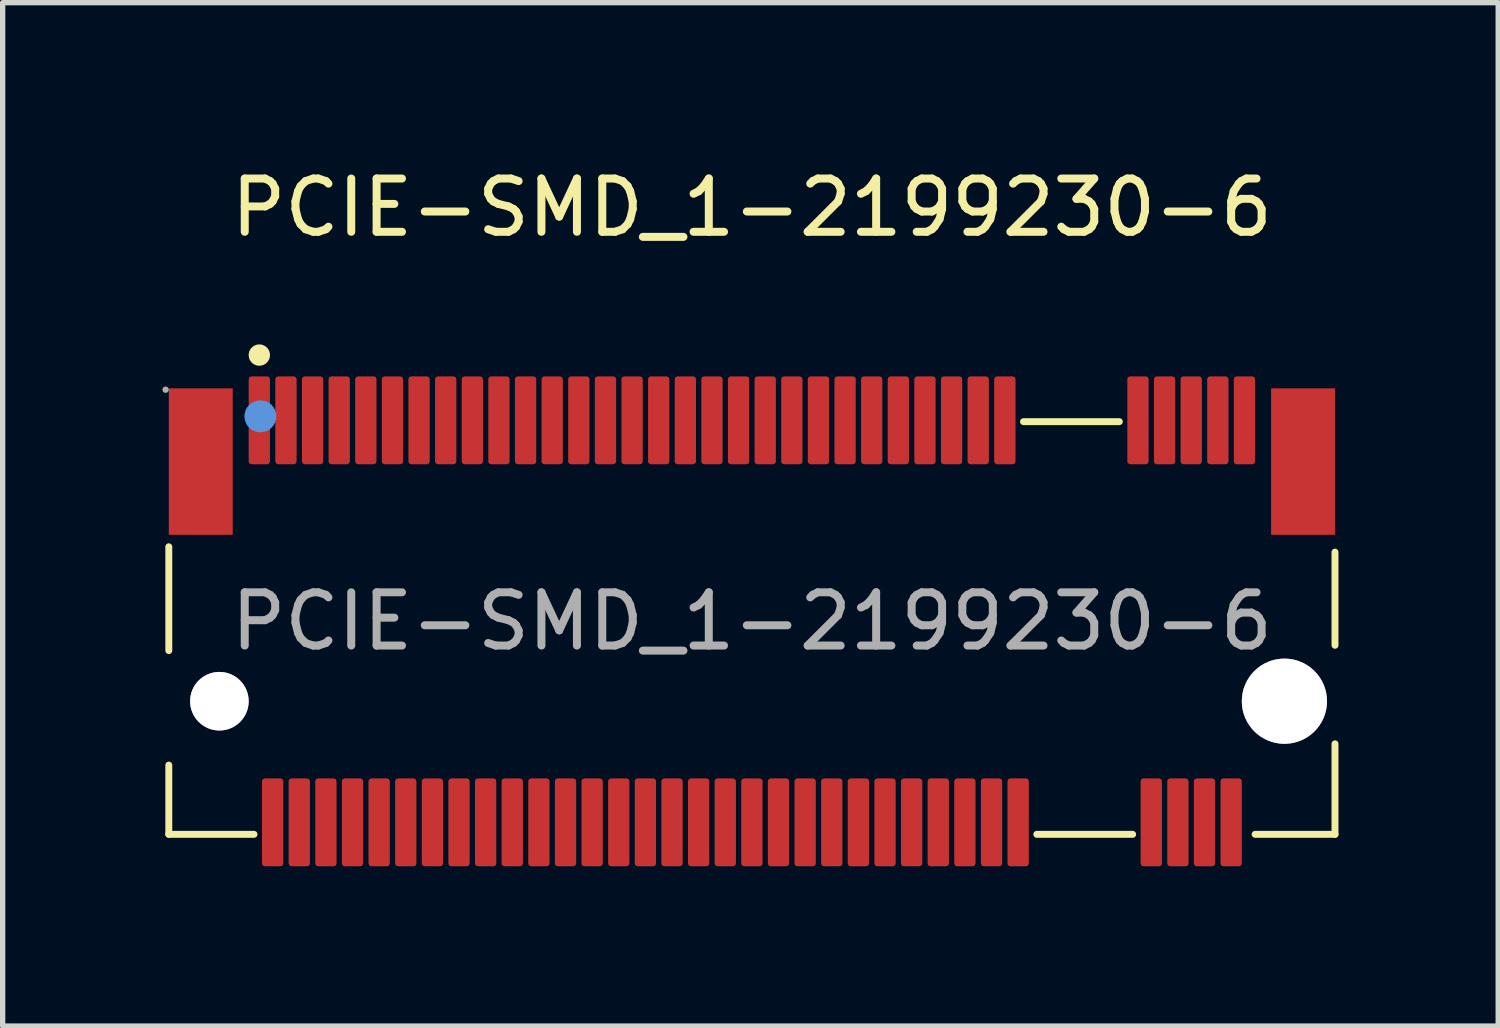
<source format=kicad_pcb>
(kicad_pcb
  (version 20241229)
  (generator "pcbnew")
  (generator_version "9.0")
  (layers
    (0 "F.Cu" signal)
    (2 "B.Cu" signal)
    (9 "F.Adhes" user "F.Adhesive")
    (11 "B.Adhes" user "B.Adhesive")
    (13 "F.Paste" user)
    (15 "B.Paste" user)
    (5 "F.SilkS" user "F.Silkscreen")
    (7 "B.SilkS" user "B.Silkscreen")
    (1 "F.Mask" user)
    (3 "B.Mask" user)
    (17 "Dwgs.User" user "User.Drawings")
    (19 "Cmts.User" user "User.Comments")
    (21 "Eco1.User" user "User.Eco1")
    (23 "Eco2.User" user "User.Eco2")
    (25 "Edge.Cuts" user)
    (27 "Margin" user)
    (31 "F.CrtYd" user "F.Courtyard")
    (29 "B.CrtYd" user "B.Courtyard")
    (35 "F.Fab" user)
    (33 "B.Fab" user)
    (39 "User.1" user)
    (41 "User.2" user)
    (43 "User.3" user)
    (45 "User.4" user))
  (footprint "PCIE-SMD_1-2199230-6"
    (layer "F.Cu")
    (at 11.07 8.618)
    (property "Reference" "PCIE-SMD_1-2199230-6" (at 0 -7.77 0) (layer "F.SilkS") (effects (font (size 1 1) (thickness 0.15))))
    (attr through_hole)
    (fp_line (start -10.95 -1.4) (end -10.95 0.55) (stroke (width 0.13) (type solid)) (layer "F.SilkS"))
    (fp_line (start -10.95 2.7) (end -10.95 4) (stroke (width 0.13) (type solid)) (layer "F.SilkS"))
    (fp_line (start -10.95 4) (end -9.35 4) (stroke (width 0.13) (type solid)) (layer "F.SilkS"))
    (fp_line (start 5.1 -3.75) (end 6.9 -3.75) (stroke (width 0.13) (type solid)) (layer "F.SilkS"))
    (fp_line (start 5.35 4) (end 7.15 4) (stroke (width 0.13) (type solid)) (layer "F.SilkS"))
    (fp_line (start 9.45 4) (end 10.95 4) (stroke (width 0.13) (type solid)) (layer "F.SilkS"))
    (fp_line (start 10.95 0.45) (end 10.95 -1.3) (stroke (width 0.13) (type solid)) (layer "F.SilkS"))
    (fp_line (start 10.95 4) (end 10.95 2.3) (stroke (width 0.13) (type solid)) (layer "F.SilkS"))
    (fp_arc (start -9.149501 -4.999966) (mid -9.350375 -4.995011) (end -9.15 -5.01) (stroke (width 0.2) (type solid)) (layer "F.SilkS"))
    (fp_circle (center -10 1.5) (end -9.8 1.5) (stroke (width 0.4) (type solid)) (fill no) (layer "Cmts.User"))
    (fp_circle (center -9.23 -3.85) (end -9.08 -3.85) (stroke (width 0.3) (type solid)) (fill no) (layer "Cmts.User"))
    (fp_circle (center 10 1.5) (end 10.36 1.5) (stroke (width 0.72) (type solid)) (fill no) (layer "Cmts.User"))
    (fp_circle (center -11.01 -4.35) (end -10.98 -4.35) (stroke (width 0.06) (type solid)) (fill no) (layer "F.Fab"))
    (fp_text user "${REFERENCE}" (at 0 0 0) (layer "F.Fab") (effects (font (size 1 1) (thickness 0.15))))
    (pad "" thru_hole circle (at -10 1.5) (size 1.1 1.1) (drill 1.1) (layers "*.Cu" "*.Mask"))
    (pad "" thru_hole circle (at 10 1.5) (size 1.6 1.6) (drill 1.6) (layers "*.Cu" "*.Mask"))
    (pad "1" smd custom (at -9.25 -3.77) (size 0.01 0.01) (layers "F.Cu" "F.Mask" "F.Paste") (options (anchor circle)) (primitives (gr_poly (pts (xy -0.15 -0.78) (xy 0.15 -0.78) (xy 0.15 0.77) (xy -0.15 0.77)) (width 0.1) (fill yes))))
    (pad "2" smd custom (at -9 3.77) (size 0.01 0.01) (layers "F.Cu" "F.Mask" "F.Paste") (options (anchor circle)) (primitives (gr_poly (pts (xy -0.15 -0.77) (xy 0.15 -0.77) (xy 0.15 0.78) (xy -0.15 0.78)) (width 0.1) (fill yes))))
    (pad "3" smd custom (at -8.75 -3.77) (size 0.01 0.01) (layers "F.Cu" "F.Mask" "F.Paste") (options (anchor circle)) (primitives (gr_poly (pts (xy -0.15 -0.78) (xy 0.15 -0.78) (xy 0.15 0.77) (xy -0.15 0.77)) (width 0.1) (fill yes))))
    (pad "4" smd custom (at -8.5 3.77) (size 0.01 0.01) (layers "F.Cu" "F.Mask" "F.Paste") (options (anchor circle)) (primitives (gr_poly (pts (xy -0.15 -0.77) (xy 0.15 -0.77) (xy 0.15 0.78) (xy -0.15 0.78)) (width 0.1) (fill yes))))
    (pad "5" smd custom (at -8.25 -3.77) (size 0.01 0.01) (layers "F.Cu" "F.Mask" "F.Paste") (options (anchor circle)) (primitives (gr_poly (pts (xy -0.15 -0.78) (xy 0.15 -0.78) (xy 0.15 0.77) (xy -0.15 0.77)) (width 0.1) (fill yes))))
    (pad "6" smd custom (at -8 3.77) (size 0.01 0.01) (layers "F.Cu" "F.Mask" "F.Paste") (options (anchor circle)) (primitives (gr_poly (pts (xy -0.15 -0.77) (xy 0.15 -0.77) (xy 0.15 0.78) (xy -0.15 0.78)) (width 0.1) (fill yes))))
    (pad "7" smd custom (at -7.75 -3.77) (size 0.01 0.01) (layers "F.Cu" "F.Mask" "F.Paste") (options (anchor circle)) (primitives (gr_poly (pts (xy -0.15 -0.78) (xy 0.15 -0.78) (xy 0.15 0.77) (xy -0.15 0.77)) (width 0.1) (fill yes))))
    (pad "8" smd custom (at -7.5 3.77) (size 0.01 0.01) (layers "F.Cu" "F.Mask" "F.Paste") (options (anchor circle)) (primitives (gr_poly (pts (xy -0.15 -0.77) (xy 0.15 -0.77) (xy 0.15 0.78) (xy -0.15 0.78)) (width 0.1) (fill yes))))
    (pad "9" smd custom (at -7.25 -3.77) (size 0.01 0.01) (layers "F.Cu" "F.Mask" "F.Paste") (options (anchor circle)) (primitives (gr_poly (pts (xy -0.15 -0.78) (xy 0.15 -0.78) (xy 0.15 0.77) (xy -0.15 0.77)) (width 0.1) (fill yes))))
    (pad "10" smd custom (at -7 3.77) (size 0.01 0.01) (layers "F.Cu" "F.Mask" "F.Paste") (options (anchor circle)) (primitives (gr_poly (pts (xy -0.15 -0.77) (xy 0.15 -0.77) (xy 0.15 0.78) (xy -0.15 0.78)) (width 0.1) (fill yes))))
    (pad "11" smd custom (at -6.75 -3.77) (size 0.01 0.01) (layers "F.Cu" "F.Mask" "F.Paste") (options (anchor circle)) (primitives (gr_poly (pts (xy -0.15 -0.78) (xy 0.15 -0.78) (xy 0.15 0.77) (xy -0.15 0.77)) (width 0.1) (fill yes))))
    (pad "12" smd custom (at -6.5 3.77) (size 0.01 0.01) (layers "F.Cu" "F.Mask" "F.Paste") (options (anchor circle)) (primitives (gr_poly (pts (xy -0.15 -0.77) (xy 0.15 -0.77) (xy 0.15 0.78) (xy -0.15 0.78)) (width 0.1) (fill yes))))
    (pad "13" smd custom (at -6.25 -3.77) (size 0.01 0.01) (layers "F.Cu" "F.Mask" "F.Paste") (options (anchor circle)) (primitives (gr_poly (pts (xy -0.15 -0.78) (xy 0.15 -0.78) (xy 0.15 0.77) (xy -0.15 0.77)) (width 0.1) (fill yes))))
    (pad "14" smd custom (at -6 3.77) (size 0.01 0.01) (layers "F.Cu" "F.Mask" "F.Paste") (options (anchor circle)) (primitives (gr_poly (pts (xy -0.15 -0.77) (xy 0.15 -0.77) (xy 0.15 0.78) (xy -0.15 0.78)) (width 0.1) (fill yes))))
    (pad "15" smd custom (at -5.75 -3.77) (size 0.01 0.01) (layers "F.Cu" "F.Mask" "F.Paste") (options (anchor circle)) (primitives (gr_poly (pts (xy -0.15 -0.78) (xy 0.15 -0.78) (xy 0.15 0.77) (xy -0.15 0.77)) (width 0.1) (fill yes))))
    (pad "16" smd custom (at -5.5 3.77) (size 0.01 0.01) (layers "F.Cu" "F.Mask" "F.Paste") (options (anchor circle)) (primitives (gr_poly (pts (xy -0.15 -0.77) (xy 0.15 -0.77) (xy 0.15 0.78) (xy -0.15 0.78)) (width 0.1) (fill yes))))
    (pad "17" smd custom (at -5.25 -3.77) (size 0.01 0.01) (layers "F.Cu" "F.Mask" "F.Paste") (options (anchor circle)) (primitives (gr_poly (pts (xy -0.15 -0.78) (xy 0.15 -0.78) (xy 0.15 0.77) (xy -0.15 0.77)) (width 0.1) (fill yes))))
    (pad "18" smd custom (at -5 3.77) (size 0.01 0.01) (layers "F.Cu" "F.Mask" "F.Paste") (options (anchor circle)) (primitives (gr_poly (pts (xy -0.15 -0.77) (xy 0.15 -0.77) (xy 0.15 0.78) (xy -0.15 0.78)) (width 0.1) (fill yes))))
    (pad "19" smd custom (at -4.75 -3.77) (size 0.01 0.01) (layers "F.Cu" "F.Mask" "F.Paste") (options (anchor circle)) (primitives (gr_poly (pts (xy -0.15 -0.78) (xy 0.15 -0.78) (xy 0.15 0.77) (xy -0.15 0.77)) (width 0.1) (fill yes))))
    (pad "20" smd custom (at -4.5 3.77) (size 0.01 0.01) (layers "F.Cu" "F.Mask" "F.Paste") (options (anchor circle)) (primitives (gr_poly (pts (xy -0.15 -0.77) (xy 0.15 -0.77) (xy 0.15 0.78) (xy -0.15 0.78)) (width 0.1) (fill yes))))
    (pad "21" smd custom (at -4.25 -3.77) (size 0.01 0.01) (layers "F.Cu" "F.Mask" "F.Paste") (options (anchor circle)) (primitives (gr_poly (pts (xy -0.15 -0.78) (xy 0.15 -0.78) (xy 0.15 0.77) (xy -0.15 0.77)) (width 0.1) (fill yes))))
    (pad "22" smd custom (at -4 3.77) (size 0.01 0.01) (layers "F.Cu" "F.Mask" "F.Paste") (options (anchor circle)) (primitives (gr_poly (pts (xy -0.15 -0.77) (xy 0.15 -0.77) (xy 0.15 0.78) (xy -0.15 0.78)) (width 0.1) (fill yes))))
    (pad "23" smd custom (at -3.75 -3.77) (size 0.01 0.01) (layers "F.Cu" "F.Mask" "F.Paste") (options (anchor circle)) (primitives (gr_poly (pts (xy -0.15 -0.78) (xy 0.15 -0.78) (xy 0.15 0.77) (xy -0.15 0.77)) (width 0.1) (fill yes))))
    (pad "24" smd custom (at -3.5 3.77) (size 0.01 0.01) (layers "F.Cu" "F.Mask" "F.Paste") (options (anchor circle)) (primitives (gr_poly (pts (xy -0.15 -0.77) (xy 0.15 -0.77) (xy 0.15 0.78) (xy -0.15 0.78)) (width 0.1) (fill yes))))
    (pad "25" smd custom (at -3.25 -3.77) (size 0.01 0.01) (layers "F.Cu" "F.Mask" "F.Paste") (options (anchor circle)) (primitives (gr_poly (pts (xy -0.15 -0.78) (xy 0.15 -0.78) (xy 0.15 0.77) (xy -0.15 0.77)) (width 0.1) (fill yes))))
    (pad "26" smd custom (at -3 3.77) (size 0.01 0.01) (layers "F.Cu" "F.Mask" "F.Paste") (options (anchor circle)) (primitives (gr_poly (pts (xy -0.15 -0.77) (xy 0.15 -0.77) (xy 0.15 0.78) (xy -0.15 0.78)) (width 0.1) (fill yes))))
    (pad "27" smd custom (at -2.75 -3.77) (size 0.01 0.01) (layers "F.Cu" "F.Mask" "F.Paste") (options (anchor circle)) (primitives (gr_poly (pts (xy -0.15 -0.78) (xy 0.15 -0.78) (xy 0.15 0.77) (xy -0.15 0.77)) (width 0.1) (fill yes))))
    (pad "28" smd custom (at -2.5 3.77) (size 0.01 0.01) (layers "F.Cu" "F.Mask" "F.Paste") (options (anchor circle)) (primitives (gr_poly (pts (xy -0.15 -0.77) (xy 0.15 -0.77) (xy 0.15 0.78) (xy -0.15 0.78)) (width 0.1) (fill yes))))
    (pad "29" smd custom (at -2.25 -3.77) (size 0.01 0.01) (layers "F.Cu" "F.Mask" "F.Paste") (options (anchor circle)) (primitives (gr_poly (pts (xy -0.15 -0.78) (xy 0.15 -0.78) (xy 0.15 0.77) (xy -0.15 0.77)) (width 0.1) (fill yes))))
    (pad "30" smd custom (at -2 3.77) (size 0.01 0.01) (layers "F.Cu" "F.Mask" "F.Paste") (options (anchor circle)) (primitives (gr_poly (pts (xy -0.15 -0.77) (xy 0.15 -0.77) (xy 0.15 0.78) (xy -0.15 0.78)) (width 0.1) (fill yes))))
    (pad "31" smd custom (at -1.75 -3.77) (size 0.01 0.01) (layers "F.Cu" "F.Mask" "F.Paste") (options (anchor circle)) (primitives (gr_poly (pts (xy -0.15 -0.78) (xy 0.15 -0.78) (xy 0.15 0.77) (xy -0.15 0.77)) (width 0.1) (fill yes))))
    (pad "32" smd custom (at -1.5 3.77) (size 0.01 0.01) (layers "F.Cu" "F.Mask" "F.Paste") (options (anchor circle)) (primitives (gr_poly (pts (xy -0.15 -0.77) (xy 0.15 -0.77) (xy 0.15 0.78) (xy -0.15 0.78)) (width 0.1) (fill yes))))
    (pad "33" smd custom (at -1.25 -3.77) (size 0.01 0.01) (layers "F.Cu" "F.Mask" "F.Paste") (options (anchor circle)) (primitives (gr_poly (pts (xy -0.15 -0.78) (xy 0.15 -0.78) (xy 0.15 0.77) (xy -0.15 0.77)) (width 0.1) (fill yes))))
    (pad "34" smd custom (at -1 3.77) (size 0.01 0.01) (layers "F.Cu" "F.Mask" "F.Paste") (options (anchor circle)) (primitives (gr_poly (pts (xy -0.15 -0.77) (xy 0.15 -0.77) (xy 0.15 0.78) (xy -0.15 0.78)) (width 0.1) (fill yes))))
    (pad "35" smd custom (at -0.75 -3.77) (size 0.01 0.01) (layers "F.Cu" "F.Mask" "F.Paste") (options (anchor circle)) (primitives (gr_poly (pts (xy -0.15 -0.78) (xy 0.15 -0.78) (xy 0.15 0.77) (xy -0.15 0.77)) (width 0.1) (fill yes))))
    (pad "36" smd custom (at -0.5 3.77) (size 0.01 0.01) (layers "F.Cu" "F.Mask" "F.Paste") (options (anchor circle)) (primitives (gr_poly (pts (xy -0.15 -0.77) (xy 0.15 -0.77) (xy 0.15 0.78) (xy -0.15 0.78)) (width 0.1) (fill yes))))
    (pad "37" smd custom (at -0.25 -3.77) (size 0.01 0.01) (layers "F.Cu" "F.Mask" "F.Paste") (options (anchor circle)) (primitives (gr_poly (pts (xy -0.15 -0.78) (xy 0.15 -0.78) (xy 0.15 0.77) (xy -0.15 0.77)) (width 0.1) (fill yes))))
    (pad "38" smd custom (at 0 3.77) (size 0.01 0.01) (layers "F.Cu" "F.Mask" "F.Paste") (options (anchor circle)) (primitives (gr_poly (pts (xy -0.15 -0.77) (xy 0.15 -0.77) (xy 0.15 0.78) (xy -0.15 0.78)) (width 0.1) (fill yes))))
    (pad "39" smd custom (at 0.25 -3.77) (size 0.01 0.01) (layers "F.Cu" "F.Mask" "F.Paste") (options (anchor circle)) (primitives (gr_poly (pts (xy -0.15 -0.78) (xy 0.15 -0.78) (xy 0.15 0.77) (xy -0.15 0.77)) (width 0.1) (fill yes))))
    (pad "40" smd custom (at 0.5 3.77) (size 0.01 0.01) (layers "F.Cu" "F.Mask" "F.Paste") (options (anchor circle)) (primitives (gr_poly (pts (xy -0.15 -0.77) (xy 0.15 -0.77) (xy 0.15 0.78) (xy -0.15 0.78)) (width 0.1) (fill yes))))
    (pad "41" smd custom (at 0.75 -3.77) (size 0.01 0.01) (layers "F.Cu" "F.Mask" "F.Paste") (options (anchor circle)) (primitives (gr_poly (pts (xy -0.15 -0.78) (xy 0.15 -0.78) (xy 0.15 0.77) (xy -0.15 0.77)) (width 0.1) (fill yes))))
    (pad "42" smd custom (at 1 3.77) (size 0.01 0.01) (layers "F.Cu" "F.Mask" "F.Paste") (options (anchor circle)) (primitives (gr_poly (pts (xy -0.15 -0.77) (xy 0.15 -0.77) (xy 0.15 0.78) (xy -0.15 0.78)) (width 0.1) (fill yes))))
    (pad "43" smd custom (at 1.25 -3.77) (size 0.01 0.01) (layers "F.Cu" "F.Mask" "F.Paste") (options (anchor circle)) (primitives (gr_poly (pts (xy -0.15 -0.78) (xy 0.15 -0.78) (xy 0.15 0.77) (xy -0.15 0.77)) (width 0.1) (fill yes))))
    (pad "44" smd custom (at 1.5 3.77) (size 0.01 0.01) (layers "F.Cu" "F.Mask" "F.Paste") (options (anchor circle)) (primitives (gr_poly (pts (xy -0.15 -0.77) (xy 0.15 -0.77) (xy 0.15 0.78) (xy -0.15 0.78)) (width 0.1) (fill yes))))
    (pad "45" smd custom (at 1.75 -3.77) (size 0.01 0.01) (layers "F.Cu" "F.Mask" "F.Paste") (options (anchor circle)) (primitives (gr_poly (pts (xy -0.15 -0.78) (xy 0.15 -0.78) (xy 0.15 0.77) (xy -0.15 0.77)) (width 0.1) (fill yes))))
    (pad "46" smd custom (at 2 3.77) (size 0.01 0.01) (layers "F.Cu" "F.Mask" "F.Paste") (options (anchor circle)) (primitives (gr_poly (pts (xy -0.15 -0.77) (xy 0.15 -0.77) (xy 0.15 0.78) (xy -0.15 0.78)) (width 0.1) (fill yes))))
    (pad "47" smd custom (at 2.25 -3.77) (size 0.01 0.01) (layers "F.Cu" "F.Mask" "F.Paste") (options (anchor circle)) (primitives (gr_poly (pts (xy -0.15 -0.78) (xy 0.15 -0.78) (xy 0.15 0.77) (xy -0.15 0.77)) (width 0.1) (fill yes))))
    (pad "48" smd custom (at 2.5 3.77) (size 0.01 0.01) (layers "F.Cu" "F.Mask" "F.Paste") (options (anchor circle)) (primitives (gr_poly (pts (xy -0.15 -0.77) (xy 0.15 -0.77) (xy 0.15 0.78) (xy -0.15 0.78)) (width 0.1) (fill yes))))
    (pad "49" smd custom (at 2.75 -3.77) (size 0.01 0.01) (layers "F.Cu" "F.Mask" "F.Paste") (options (anchor circle)) (primitives (gr_poly (pts (xy -0.15 -0.78) (xy 0.15 -0.78) (xy 0.15 0.77) (xy -0.15 0.77)) (width 0.1) (fill yes))))
    (pad "50" smd custom (at 3 3.77) (size 0.01 0.01) (layers "F.Cu" "F.Mask" "F.Paste") (options (anchor circle)) (primitives (gr_poly (pts (xy -0.15 -0.77) (xy 0.15 -0.77) (xy 0.15 0.78) (xy -0.15 0.78)) (width 0.1) (fill yes))))
    (pad "51" smd custom (at 3.25 -3.77) (size 0.01 0.01) (layers "F.Cu" "F.Mask" "F.Paste") (options (anchor circle)) (primitives (gr_poly (pts (xy -0.15 -0.78) (xy 0.15 -0.78) (xy 0.15 0.77) (xy -0.15 0.77)) (width 0.1) (fill yes))))
    (pad "52" smd custom (at 3.5 3.77) (size 0.01 0.01) (layers "F.Cu" "F.Mask" "F.Paste") (options (anchor circle)) (primitives (gr_poly (pts (xy -0.15 -0.77) (xy 0.15 -0.77) (xy 0.15 0.78) (xy -0.15 0.78)) (width 0.1) (fill yes))))
    (pad "53" smd custom (at 3.75 -3.77) (size 0.01 0.01) (layers "F.Cu" "F.Mask" "F.Paste") (options (anchor circle)) (primitives (gr_poly (pts (xy -0.15 -0.78) (xy 0.15 -0.78) (xy 0.15 0.77) (xy -0.15 0.77)) (width 0.1) (fill yes))))
    (pad "54" smd custom (at 4 3.77) (size 0.01 0.01) (layers "F.Cu" "F.Mask" "F.Paste") (options (anchor circle)) (primitives (gr_poly (pts (xy -0.15 -0.77) (xy 0.15 -0.77) (xy 0.15 0.78) (xy -0.15 0.78)) (width 0.1) (fill yes))))
    (pad "55" smd custom (at 4.25 -3.77) (size 0.01 0.01) (layers "F.Cu" "F.Mask" "F.Paste") (options (anchor circle)) (primitives (gr_poly (pts (xy -0.15 -0.78) (xy 0.15 -0.78) (xy 0.15 0.77) (xy -0.15 0.77)) (width 0.1) (fill yes))))
    (pad "56" smd custom (at 4.5 3.77) (size 0.01 0.01) (layers "F.Cu" "F.Mask" "F.Paste") (options (anchor circle)) (primitives (gr_poly (pts (xy -0.15 -0.77) (xy 0.15 -0.77) (xy 0.15 0.78) (xy -0.15 0.78)) (width 0.1) (fill yes))))
    (pad "57" smd custom (at 4.75 -3.77) (size 0.01 0.01) (layers "F.Cu" "F.Mask" "F.Paste") (options (anchor circle)) (primitives (gr_poly (pts (xy -0.15 -0.78) (xy 0.15 -0.78) (xy 0.15 0.77) (xy -0.15 0.77)) (width 0.1) (fill yes))))
    (pad "58" smd custom (at 5 3.77) (size 0.01 0.01) (layers "F.Cu" "F.Mask" "F.Paste") (options (anchor circle)) (primitives (gr_poly (pts (xy -0.15 -0.77) (xy 0.15 -0.77) (xy 0.15 0.78) (xy -0.15 0.78)) (width 0.1) (fill yes))))
    (pad "67" smd custom (at 7.25 -3.77) (size 0.01 0.01) (layers "F.Cu" "F.Mask" "F.Paste") (options (anchor circle)) (primitives (gr_poly (pts (xy -0.15 -0.78) (xy 0.15 -0.78) (xy 0.15 0.77) (xy -0.15 0.77)) (width 0.1) (fill yes))))
    (pad "68" smd custom (at 7.5 3.77) (size 0.01 0.01) (layers "F.Cu" "F.Mask" "F.Paste") (options (anchor circle)) (primitives (gr_poly (pts (xy -0.15 -0.77) (xy 0.15 -0.77) (xy 0.15 0.78) (xy -0.15 0.78)) (width 0.1) (fill yes))))
    (pad "69" smd custom (at 7.75 -3.77) (size 0.01 0.01) (layers "F.Cu" "F.Mask" "F.Paste") (options (anchor circle)) (primitives (gr_poly (pts (xy -0.15 -0.78) (xy 0.15 -0.78) (xy 0.15 0.77) (xy -0.15 0.77)) (width 0.1) (fill yes))))
    (pad "70" smd custom (at 8 3.77) (size 0.01 0.01) (layers "F.Cu" "F.Mask" "F.Paste") (options (anchor circle)) (primitives (gr_poly (pts (xy -0.15 -0.77) (xy 0.15 -0.77) (xy 0.15 0.78) (xy -0.15 0.78)) (width 0.1) (fill yes))))
    (pad "71" smd custom (at 8.25 -3.77) (size 0.01 0.01) (layers "F.Cu" "F.Mask" "F.Paste") (options (anchor circle)) (primitives (gr_poly (pts (xy -0.15 -0.78) (xy 0.15 -0.78) (xy 0.15 0.77) (xy -0.15 0.77)) (width 0.1) (fill yes))))
    (pad "72" smd custom (at 8.5 3.77) (size 0.01 0.01) (layers "F.Cu" "F.Mask" "F.Paste") (options (anchor circle)) (primitives (gr_poly (pts (xy -0.15 -0.77) (xy 0.15 -0.77) (xy 0.15 0.78) (xy -0.15 0.78)) (width 0.1) (fill yes))))
    (pad "73" smd custom (at 8.75 -3.77) (size 0.01 0.01) (layers "F.Cu" "F.Mask" "F.Paste") (options (anchor circle)) (primitives (gr_poly (pts (xy -0.15 -0.78) (xy 0.15 -0.78) (xy 0.15 0.77) (xy -0.15 0.77)) (width 0.1) (fill yes))))
    (pad "74" smd custom (at 9 3.77) (size 0.01 0.01) (layers "F.Cu" "F.Mask" "F.Paste") (options (anchor circle)) (primitives (gr_poly (pts (xy -0.15 -0.77) (xy 0.15 -0.77) (xy 0.15 0.78) (xy -0.15 0.78)) (width 0.1) (fill yes))))
    (pad "75" smd custom (at 9.25 -3.77) (size 0.01 0.01) (layers "F.Cu" "F.Mask" "F.Paste") (options (anchor circle)) (primitives (gr_poly (pts (xy -0.15 -0.78) (xy 0.15 -0.78) (xy 0.15 0.77) (xy -0.15 0.77)) (width 0.1) (fill yes))))
    (pad "SH1" smd rect (at -10.35 -3 90) (size 2.75 1.2) (layers "F.Cu" "F.Mask" "F.Paste"))
    (pad "SH2" smd rect (at 10.35 -3 90) (size 2.75 1.2) (layers "F.Cu" "F.Mask" "F.Paste")))
  (gr_rect
    (start -3 -3)
    (end 25.085 16.218)
    (stroke (width 0.1) (type default))
    (fill no)
    (layer "Edge.Cuts")))
</source>
